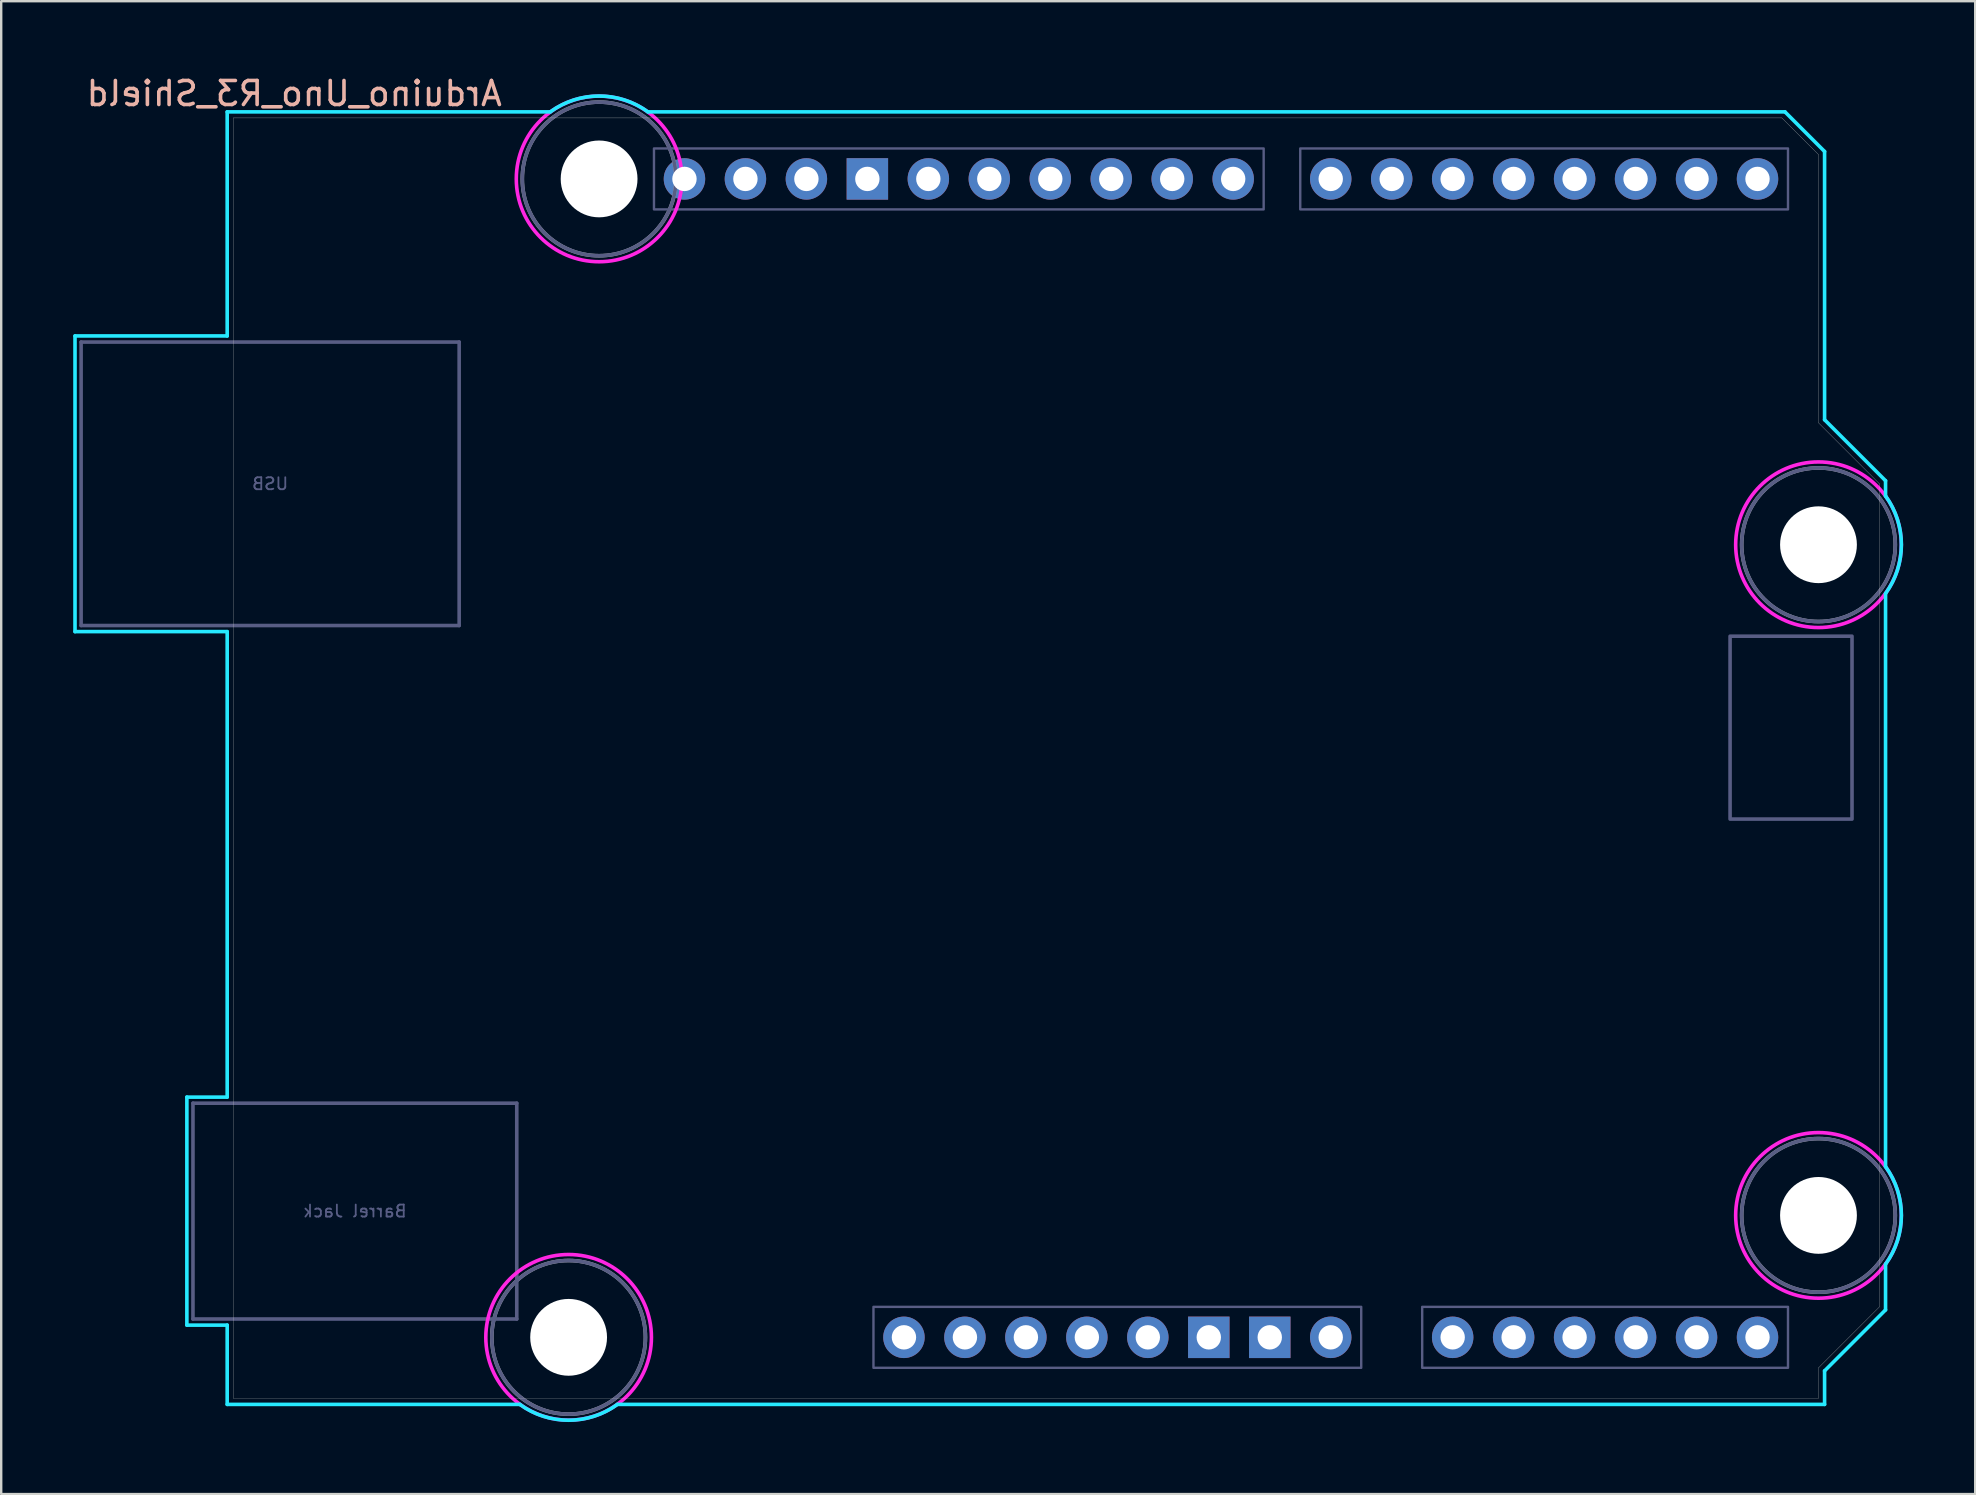
<source format=kicad_pcb>
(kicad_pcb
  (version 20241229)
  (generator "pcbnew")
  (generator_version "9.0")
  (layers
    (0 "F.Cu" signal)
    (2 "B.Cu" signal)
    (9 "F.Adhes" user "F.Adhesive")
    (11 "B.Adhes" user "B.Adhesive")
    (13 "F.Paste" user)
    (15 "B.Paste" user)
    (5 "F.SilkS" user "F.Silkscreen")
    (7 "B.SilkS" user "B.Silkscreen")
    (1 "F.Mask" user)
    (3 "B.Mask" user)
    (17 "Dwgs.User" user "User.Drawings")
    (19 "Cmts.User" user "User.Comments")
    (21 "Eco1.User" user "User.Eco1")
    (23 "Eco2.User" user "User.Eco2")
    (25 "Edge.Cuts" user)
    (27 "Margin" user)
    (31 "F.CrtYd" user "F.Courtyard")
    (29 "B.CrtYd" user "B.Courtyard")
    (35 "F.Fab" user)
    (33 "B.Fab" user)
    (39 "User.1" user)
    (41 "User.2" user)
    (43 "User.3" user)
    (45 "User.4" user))
  (footprint "Arduino_Uno_R3_Shield"
    (layer "F.Cu")
    (at 6.669 55.204)
    (property "Reference" "Arduino_Uno_R3_Shield" (at 2.54 -54.356 0) (layer "B.SilkS") (effects (font (size 1 1) (thickness 0.15)) (justify mirror)))
    (attr through_hole)
    (fp_line (start 0 -53.34) (end 0 0) (stroke (width 0.01) (type solid)) (layer "Edge.Cuts"))
    (fp_line (start 0 -53.34) (end 64.516 -53.34) (stroke (width 0.01) (type solid)) (layer "Edge.Cuts"))
    (fp_line (start 0 0) (end 66.04 0) (stroke (width 0.01) (type solid)) (layer "Edge.Cuts"))
    (fp_line (start 64.516 -53.34) (end 66.04 -51.816) (stroke (width 0.01) (type solid)) (layer "Edge.Cuts"))
    (fp_line (start 66.04 -40.64) (end 66.04 -51.816) (stroke (width 0.01) (type solid)) (layer "Edge.Cuts"))
    (fp_line (start 66.04 -1.27) (end 68.58 -3.81) (stroke (width 0.01) (type solid)) (layer "Edge.Cuts"))
    (fp_line (start 66.04 0) (end 66.04 -1.27) (stroke (width 0.01) (type solid)) (layer "Edge.Cuts"))
    (fp_line (start 68.58 -38.1) (end 66.04 -40.64) (stroke (width 0.01) (type solid)) (layer "Edge.Cuts"))
    (fp_line (start 68.58 -3.81) (end 68.58 -38.1) (stroke (width 0.01) (type solid)) (layer "Edge.Cuts"))
    (fp_line (start -6.594 -44.258) (end -0.254 -44.258) (stroke (width 0.15) (type solid)) (layer "B.CrtYd"))
    (fp_line (start -6.594 -31.94) (end -6.594 -44.258) (stroke (width 0.15) (type solid)) (layer "B.CrtYd"))
    (fp_line (start -1.934 -12.548) (end -1.934 -3.049) (stroke (width 0.15) (type solid)) (layer "B.CrtYd"))
    (fp_line (start -1.934 -12.548) (end -0.254 -12.548) (stroke (width 0.15) (type solid)) (layer "B.CrtYd"))
    (fp_line (start -1.934 -3.049) (end -0.254 -3.049) (stroke (width 0.15) (type solid)) (layer "B.CrtYd"))
    (fp_line (start -0.254 -53.594) (end -0.254 -44.258) (stroke (width 0.15) (type solid)) (layer "B.CrtYd"))
    (fp_line (start -0.254 -31.94) (end -6.594 -31.94) (stroke (width 0.15) (type solid)) (layer "B.CrtYd"))
    (fp_line (start -0.254 -31.94) (end -0.254 -12.548) (stroke (width 0.15) (type solid)) (layer "B.CrtYd"))
    (fp_line (start -0.254 -3.049) (end -0.254 0.254) (stroke (width 0.15) (type solid)) (layer "B.CrtYd"))
    (fp_line (start 11.938 0.254) (end -0.254 0.254) (stroke (width 0.15) (type solid)) (layer "B.CrtYd"))
    (fp_line (start 13.208 -53.594) (end -0.254 -53.594) (stroke (width 0.15) (type solid)) (layer "B.CrtYd"))
    (fp_line (start 16.002 0.254) (end 66.294 0.254) (stroke (width 0.15) (type solid)) (layer "B.CrtYd"))
    (fp_line (start 17.272 -53.594) (end 64.643 -53.594) (stroke (width 0.15) (type solid)) (layer "B.CrtYd"))
    (fp_line (start 64.643 -53.594) (end 66.294 -51.943) (stroke (width 0.15) (type solid)) (layer "B.CrtYd"))
    (fp_line (start 66.294 -40.767) (end 66.294 -51.943) (stroke (width 0.15) (type solid)) (layer "B.CrtYd"))
    (fp_line (start 66.294 -1.143) (end 68.834 -3.683) (stroke (width 0.15) (type solid)) (layer "B.CrtYd"))
    (fp_line (start 66.294 0.254) (end 66.294 -1.143) (stroke (width 0.15) (type solid)) (layer "B.CrtYd"))
    (fp_line (start 68.834 -38.227) (end 66.294 -40.767) (stroke (width 0.15) (type solid)) (layer "B.CrtYd"))
    (fp_line (start 68.834 -38.227) (end 68.834 -37.592) (stroke (width 0.15) (type solid)) (layer "B.CrtYd"))
    (fp_line (start 68.834 -9.652) (end 68.834 -33.528) (stroke (width 0.15) (type solid)) (layer "B.CrtYd"))
    (fp_line (start 68.834 -5.588) (end 68.834 -3.683) (stroke (width 0.15) (type solid)) (layer "B.CrtYd"))
    (fp_arc (start 13.208 -53.594) (mid 15.24 -54.254237) (end 17.272 -53.594) (stroke (width 0.15) (type solid)) (layer "B.CrtYd"))
    (fp_arc (start 16.002 0.254) (mid 13.97 0.914237) (end 11.938 0.254) (stroke (width 0.15) (type solid)) (layer "B.CrtYd"))
    (fp_arc (start 68.834 -37.592) (mid 69.494238 -35.56) (end 68.834 -33.528) (stroke (width 0.15) (type solid)) (layer "B.CrtYd"))
    (fp_arc (start 68.834 -9.652) (mid 69.494238 -7.62) (end 68.834 -5.588) (stroke (width 0.15) (type solid)) (layer "B.CrtYd"))
    (fp_circle (center 13.97 -2.54) (end 17.42 -2.54) (stroke (width 0.15) (type solid)) (fill no) (layer "F.CrtYd"))
    (fp_circle (center 15.24 -50.8) (end 18.69 -50.8) (stroke (width 0.15) (type solid)) (fill no) (layer "F.CrtYd"))
    (fp_circle (center 66.04 -35.56) (end 69.49 -35.56) (stroke (width 0.15) (type solid)) (fill no) (layer "F.CrtYd"))
    (fp_circle (center 66.04 -7.62) (end 69.49 -7.62) (stroke (width 0.15) (type solid)) (fill no) (layer "F.CrtYd"))
    (fp_line (start -6.34 -44.004) (end 9.41 -44.004) (stroke (width 0.15) (type solid)) (layer "B.Fab"))
    (fp_line (start -6.34 -32.194) (end -6.34 -44.004) (stroke (width 0.15) (type solid)) (layer "B.Fab"))
    (fp_line (start -6.34 -32.194) (end 9.41 -32.194) (stroke (width 0.15) (type solid)) (layer "B.Fab"))
    (fp_line (start -1.68 -12.294) (end -1.68 -3.303) (stroke (width 0.15) (type solid)) (layer "B.Fab"))
    (fp_line (start -1.68 -12.294) (end 11.81 -12.294) (stroke (width 0.15) (type solid)) (layer "B.Fab"))
    (fp_line (start -1.68 -3.303) (end 11.81 -3.303) (stroke (width 0.15) (type solid)) (layer "B.Fab"))
    (fp_line (start 9.41 -32.194) (end 9.41 -44.004) (stroke (width 0.15) (type solid)) (layer "B.Fab"))
    (fp_line (start 11.81 -12.294) (end 11.81 -3.303) (stroke (width 0.15) (type solid)) (layer "B.Fab"))
    (fp_rect (start 17.526 -52.07) (end 42.926 -49.53) (stroke (width 0.1) (type solid)) (fill no) (layer "B.Fab"))
    (fp_rect (start 26.67 -3.81) (end 46.99 -1.27) (stroke (width 0.1) (type solid)) (fill no) (layer "B.Fab"))
    (fp_rect (start 44.45 -52.07) (end 64.77 -49.53) (stroke (width 0.1) (type solid)) (fill no) (layer "B.Fab"))
    (fp_rect (start 49.53 -3.81) (end 64.77 -1.27) (stroke (width 0.1) (type solid)) (fill no) (layer "B.Fab"))
    (fp_rect (start 62.357 -31.75) (end 67.437 -24.13) (stroke (width 0.15) (type solid)) (fill no) (layer "B.Fab"))
    (fp_circle (center 13.97 -2.54) (end 17.17 -2.54) (stroke (width 0.15) (type solid)) (fill no) (layer "B.Fab"))
    (fp_circle (center 15.24 -50.8) (end 18.44 -50.8) (stroke (width 0.15) (type solid)) (fill no) (layer "B.Fab"))
    (fp_circle (center 66.04 -35.56) (end 69.24 -35.56) (stroke (width 0.15) (type solid)) (fill no) (layer "B.Fab"))
    (fp_circle (center 66.04 -7.62) (end 69.24 -7.62) (stroke (width 0.15) (type solid)) (fill no) (layer "B.Fab"))
    (fp_circle (center 13.97 -2.54) (end 17.17 -2.54) (stroke (width 0.15) (type solid)) (fill no) (layer "F.Fab"))
    (fp_circle (center 15.24 -50.8) (end 18.44 -50.8) (stroke (width 0.15) (type solid)) (fill no) (layer "F.Fab"))
    (fp_circle (center 66.04 -35.56) (end 69.24 -35.56) (stroke (width 0.15) (type solid)) (fill no) (layer "F.Fab"))
    (fp_circle (center 66.04 -7.62) (end 69.24 -7.62) (stroke (width 0.15) (type solid)) (fill no) (layer "F.Fab"))
    (fp_text user "USB" (at 1.535 -38.099 0) (layer "B.Fab") (effects (font (size 0.5 0.5) (thickness 0.075)) (justify mirror)))
    (fp_text user "Barrel Jack" (at 5.065 -7.798 0) (layer "B.Fab") (effects (font (size 0.5 0.5) (thickness 0.075)) (justify mirror)))
    (pad "" np_thru_hole circle (at 13.97 -2.54) (size 3.2 3.2) (drill 3.2) (layers "*.Cu" "*.Mask"))
    (pad "" np_thru_hole circle (at 15.24 -50.8) (size 3.2 3.2) (drill 3.2) (layers "*.Cu" "*.Mask"))
    (pad "" thru_hole oval (at 27.94 -2.54) (size 1.727 1.727) (drill 1.016) (layers "*.Cu" "*.Mask"))
    (pad "" np_thru_hole circle (at 66.04 -35.56) (size 3.2 3.2) (drill 3.2) (layers "*.Cu" "*.Mask"))
    (pad "" np_thru_hole circle (at 66.04 -7.62) (size 3.2 3.2) (drill 3.2) (layers "*.Cu" "*.Mask"))
    (pad "3V3" thru_hole oval (at 35.56 -2.54) (size 1.727 1.727) (drill 1.016) (layers "*.Cu" "*.Mask"))
    (pad "5V1" thru_hole oval (at 38.1 -2.54) (size 1.727 1.727) (drill 1.016) (layers "*.Cu" "*.Mask"))
    (pad "A0" thru_hole oval (at 50.8 -2.54) (size 1.727 1.727) (drill 1.016) (layers "*.Cu" "*.Mask"))
    (pad "A1" thru_hole oval (at 53.34 -2.54) (size 1.727 1.727) (drill 1.016) (layers "*.Cu" "*.Mask"))
    (pad "A2" thru_hole oval (at 55.88 -2.54) (size 1.727 1.727) (drill 1.016) (layers "*.Cu" "*.Mask"))
    (pad "A3" thru_hole oval (at 58.42 -2.54) (size 1.727 1.727) (drill 1.016) (layers "*.Cu" "*.Mask"))
    (pad "A4" thru_hole oval (at 60.96 -2.54) (size 1.727 1.727) (drill 1.016) (layers "*.Cu" "*.Mask"))
    (pad "A5" thru_hole oval (at 63.5 -2.54) (size 1.727 1.727) (drill 1.016) (layers "*.Cu" "*.Mask"))
    (pad "AREF" thru_hole oval (at 23.876 -50.8) (size 1.727 1.727) (drill 1.016) (layers "*.Cu" "*.Mask"))
    (pad "D0" thru_hole oval (at 63.5 -50.8) (size 1.727 1.727) (drill 1.016) (layers "*.Cu" "*.Mask"))
    (pad "D1" thru_hole oval (at 60.96 -50.8) (size 1.727 1.727) (drill 1.016) (layers "*.Cu" "*.Mask"))
    (pad "D2" thru_hole oval (at 58.42 -50.8) (size 1.727 1.727) (drill 1.016) (layers "*.Cu" "*.Mask"))
    (pad "D3" thru_hole oval (at 55.88 -50.8) (size 1.727 1.727) (drill 1.016) (layers "*.Cu" "*.Mask"))
    (pad "D4" thru_hole oval (at 53.34 -50.8) (size 1.727 1.727) (drill 1.016) (layers "*.Cu" "*.Mask"))
    (pad "D5" thru_hole oval (at 50.8 -50.8) (size 1.727 1.727) (drill 1.016) (layers "*.Cu" "*.Mask"))
    (pad "D6" thru_hole oval (at 48.26 -50.8) (size 1.727 1.727) (drill 1.016) (layers "*.Cu" "*.Mask"))
    (pad "D7" thru_hole oval (at 45.72 -50.8) (size 1.727 1.727) (drill 1.016) (layers "*.Cu" "*.Mask"))
    (pad "D8" thru_hole oval (at 41.656 -50.8) (size 1.727 1.727) (drill 1.016) (layers "*.Cu" "*.Mask"))
    (pad "D9" thru_hole oval (at 39.116 -50.8) (size 1.727 1.727) (drill 1.016) (layers "*.Cu" "*.Mask"))
    (pad "D10" thru_hole oval (at 36.576 -50.8) (size 1.727 1.727) (drill 1.016) (layers "*.Cu" "*.Mask"))
    (pad "D11" thru_hole oval (at 34.036 -50.8) (size 1.727 1.727) (drill 1.016) (layers "*.Cu" "*.Mask"))
    (pad "D12" thru_hole oval (at 31.496 -50.8) (size 1.727 1.727) (drill 1.016) (layers "*.Cu" "*.Mask"))
    (pad "D13" thru_hole oval (at 28.956 -50.8) (size 1.727 1.727) (drill 1.016) (layers "*.Cu" "*.Mask"))
    (pad "GND1" thru_hole rect (at 26.416 -50.8) (size 1.727 1.727) (drill 1.016) (layers "*.Cu" "*.Mask"))
    (pad "GND2" thru_hole rect (at 40.64 -2.54) (size 1.727 1.727) (drill 1.016) (layers "*.Cu" "*.Mask"))
    (pad "GND3" thru_hole rect (at 43.18 -2.54) (size 1.727 1.727) (drill 1.016) (layers "*.Cu" "*.Mask"))
    (pad "IORF" thru_hole oval (at 30.48 -2.54) (size 1.727 1.727) (drill 1.016) (layers "*.Cu" "*.Mask"))
    (pad "RST1" thru_hole oval (at 33.02 -2.54) (size 1.727 1.727) (drill 1.016) (layers "*.Cu" "*.Mask"))
    (pad "SCL" thru_hole oval (at 18.796 -50.8) (size 1.727 1.727) (drill 1.016) (layers "*.Cu" "*.Mask"))
    (pad "SDA" thru_hole oval (at 21.336 -50.8) (size 1.727 1.727) (drill 1.016) (layers "*.Cu" "*.Mask"))
    (pad "VIN" thru_hole oval (at 45.72 -2.54) (size 1.727 1.727) (drill 1.016) (layers "*.Cu" "*.Mask")))
  (gr_rect
    (start -3 -3)
    (end 79.238 59.193)
    (stroke (width 0.1) (type default))
    (fill no)
    (layer "Edge.Cuts")))
</source>
